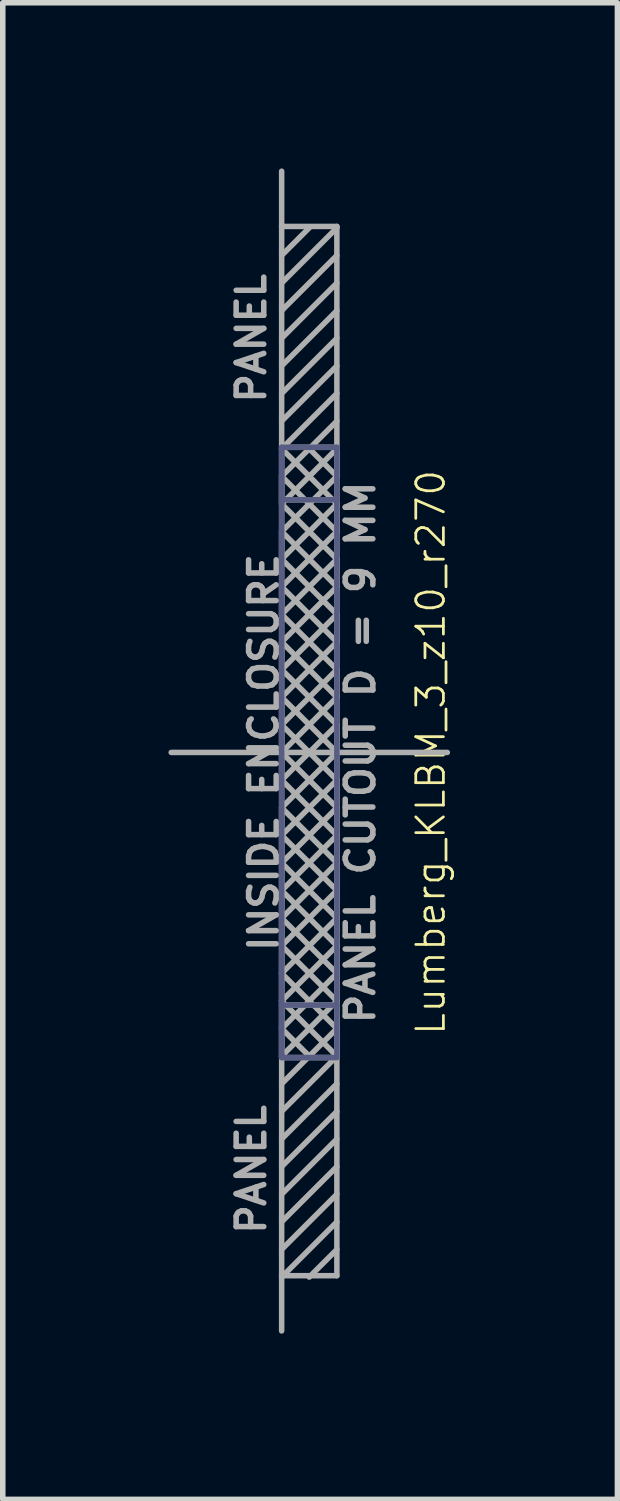
<source format=kicad_pcb>
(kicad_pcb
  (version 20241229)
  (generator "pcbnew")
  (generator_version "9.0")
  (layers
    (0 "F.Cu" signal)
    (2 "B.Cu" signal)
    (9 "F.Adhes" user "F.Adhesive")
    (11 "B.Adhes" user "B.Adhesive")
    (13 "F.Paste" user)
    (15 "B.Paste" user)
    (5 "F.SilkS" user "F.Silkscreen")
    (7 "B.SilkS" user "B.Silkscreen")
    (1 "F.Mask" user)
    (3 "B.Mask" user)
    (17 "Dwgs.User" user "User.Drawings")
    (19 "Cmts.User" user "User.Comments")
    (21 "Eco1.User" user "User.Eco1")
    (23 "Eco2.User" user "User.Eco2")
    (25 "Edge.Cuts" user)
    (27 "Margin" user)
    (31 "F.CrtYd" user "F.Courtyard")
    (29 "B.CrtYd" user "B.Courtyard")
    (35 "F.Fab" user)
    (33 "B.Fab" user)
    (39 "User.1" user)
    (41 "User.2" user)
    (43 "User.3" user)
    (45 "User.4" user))
  (footprint "Lumberg_KLBM_3_z10_r270"
    (layer "F.Cu")
    (at 2.05 10.575)
    (property "Reference" "Lumberg_KLBM_3_z10_r270" (at 2.7 0 90) (layer "F.SilkS") (effects (font (size 0.5 0.5) (thickness 0.05))))
    (attr through_hole)
    (fp_line (start 0 -5.525) (end 0 -5.5) (stroke (width 0.1) (type solid)) (layer "B.Fab"))
    (fp_line (start 0 -5.5) (end 0 -4.5) (stroke (width 0.1) (type solid)) (layer "B.Fab"))
    (fp_line (start 0 -4.575) (end 1 -4.575) (stroke (width 0.1) (type solid)) (layer "B.Fab"))
    (fp_line (start 0 4.5) (end 0 -5.5) (stroke (width 0.1) (type solid)) (layer "B.Fab"))
    (fp_line (start 0 4.575) (end 1 4.575) (stroke (width 0.1) (type solid)) (layer "B.Fab"))
    (fp_line (start 0 5.5) (end 0 4.5) (stroke (width 0.1) (type solid)) (layer "B.Fab"))
    (fp_line (start 0 5.525) (end 0 5.45) (stroke (width 0.1) (type solid)) (layer "B.Fab"))
    (fp_line (start 1 -5.525) (end 0 -5.525) (stroke (width 0.1) (type solid)) (layer "B.Fab"))
    (fp_line (start 1 -5.5) (end 1 -5.525) (stroke (width 0.1) (type solid)) (layer "B.Fab"))
    (fp_line (start 1 -5.5) (end 1 5.5) (stroke (width 0.1) (type solid)) (layer "B.Fab"))
    (fp_line (start 1 5.525) (end 0 5.525) (stroke (width 0.1) (type solid)) (layer "B.Fab"))
    (fp_line (start -2 0) (end 3 0) (stroke (width 0.1) (type solid)) (layer "F.Fab"))
    (fp_line (start 0 -9.525) (end 0 -10.525) (stroke (width 0.1) (type solid)) (layer "F.Fab"))
    (fp_line (start 0 -9.525) (end 1 -9.525) (stroke (width 0.1) (type solid)) (layer "F.Fab"))
    (fp_line (start 0 -9) (end 0.5 -9.5) (stroke (width 0.1) (type solid)) (layer "F.Fab"))
    (fp_line (start 0 -6.5) (end 1 -7.5) (stroke (width 0.1) (type solid)) (layer "F.Fab"))
    (fp_line (start 0 -5.525) (end 1 -5.525) (stroke (width 0.1) (type solid)) (layer "F.Fab"))
    (fp_line (start 0 -5.5) (end 1 -6.5) (stroke (width 0.1) (type solid)) (layer "F.Fab"))
    (fp_line (start 0 -5.5) (end 1 -4.5) (stroke (width 0.1) (type solid)) (layer "F.Fab"))
    (fp_line (start 0 -5) (end 0.5 -5.5) (stroke (width 0.1) (type solid)) (layer "F.Fab"))
    (fp_line (start 0 -5) (end 1 -4) (stroke (width 0.1) (type solid)) (layer "F.Fab"))
    (fp_line (start 0 -4.575) (end 1 -4.575) (stroke (width 0.1) (type solid)) (layer "F.Fab"))
    (fp_line (start 0 -4.5) (end 0 -5) (stroke (width 0.1) (type solid)) (layer "F.Fab"))
    (fp_line (start 0 -4.5) (end 1 -3.5) (stroke (width 0.1) (type solid)) (layer "F.Fab"))
    (fp_line (start 0 -4) (end 1 -5) (stroke (width 0.1) (type solid)) (layer "F.Fab"))
    (fp_line (start 0 -4) (end 1 -3) (stroke (width 0.1) (type solid)) (layer "F.Fab"))
    (fp_line (start 0 -3.5) (end 0 -4) (stroke (width 0.1) (type solid)) (layer "F.Fab"))
    (fp_line (start 0 -3.5) (end 1 -2.5) (stroke (width 0.1) (type solid)) (layer "F.Fab"))
    (fp_line (start 0 -3) (end 1 -4) (stroke (width 0.1) (type solid)) (layer "F.Fab"))
    (fp_line (start 0 -3) (end 1 -2) (stroke (width 0.1) (type solid)) (layer "F.Fab"))
    (fp_line (start 0 -2.5) (end 0 -3) (stroke (width 0.1) (type solid)) (layer "F.Fab"))
    (fp_line (start 0 -2) (end 1 -3) (stroke (width 0.1) (type solid)) (layer "F.Fab"))
    (fp_line (start 0 -2) (end 1 -1) (stroke (width 0.1) (type solid)) (layer "F.Fab"))
    (fp_line (start 0 -1.5) (end 0 -2) (stroke (width 0.1) (type solid)) (layer "F.Fab"))
    (fp_line (start 0 -1.5) (end 1 -0.5) (stroke (width 0.1) (type solid)) (layer "F.Fab"))
    (fp_line (start 0 -1) (end 1 -2) (stroke (width 0.1) (type solid)) (layer "F.Fab"))
    (fp_line (start 0 -0.5) (end 0 -1) (stroke (width 0.1) (type solid)) (layer "F.Fab"))
    (fp_line (start 0 -0.5) (end 0 0) (stroke (width 0.1) (type solid)) (layer "F.Fab"))
    (fp_line (start 0 0) (end 1 -1) (stroke (width 0.1) (type solid)) (layer "F.Fab"))
    (fp_line (start 0 0) (end 1 1) (stroke (width 0.1) (type solid)) (layer "F.Fab"))
    (fp_line (start 0 0.5) (end 0 0) (stroke (width 0.1) (type solid)) (layer "F.Fab"))
    (fp_line (start 0 1) (end 1 0) (stroke (width 0.1) (type solid)) (layer "F.Fab"))
    (fp_line (start 0 1) (end 1 2) (stroke (width 0.1) (type solid)) (layer "F.Fab"))
    (fp_line (start 0 1.5) (end 0 1) (stroke (width 0.1) (type solid)) (layer "F.Fab"))
    (fp_line (start 0 1.5) (end 0 2) (stroke (width 0.1) (type solid)) (layer "F.Fab"))
    (fp_line (start 0 2) (end 1 1) (stroke (width 0.1) (type solid)) (layer "F.Fab"))
    (fp_line (start 0 2) (end 1 3) (stroke (width 0.1) (type solid)) (layer "F.Fab"))
    (fp_line (start 0 2.5) (end 0 2) (stroke (width 0.1) (type solid)) (layer "F.Fab"))
    (fp_line (start 0 2.5) (end 0 3) (stroke (width 0.1) (type solid)) (layer "F.Fab"))
    (fp_line (start 0 3) (end 1 2) (stroke (width 0.1) (type solid)) (layer "F.Fab"))
    (fp_line (start 0 3) (end 1 4) (stroke (width 0.1) (type solid)) (layer "F.Fab"))
    (fp_line (start 0 3.5) (end 0 3) (stroke (width 0.1) (type solid)) (layer "F.Fab"))
    (fp_line (start 0 3.5) (end 0 4) (stroke (width 0.1) (type solid)) (layer "F.Fab"))
    (fp_line (start 0 4) (end 1 3) (stroke (width 0.1) (type solid)) (layer "F.Fab"))
    (fp_line (start 0 4) (end 1 5) (stroke (width 0.1) (type solid)) (layer "F.Fab"))
    (fp_line (start 0 4.5) (end 0 4) (stroke (width 0.1) (type solid)) (layer "F.Fab"))
    (fp_line (start 0 4.5) (end 0 5) (stroke (width 0.1) (type solid)) (layer "F.Fab"))
    (fp_line (start 0 4.575) (end 1 4.575) (stroke (width 0.1) (type solid)) (layer "F.Fab"))
    (fp_line (start 0 5) (end 0.5 5.5) (stroke (width 0.1) (type solid)) (layer "F.Fab"))
    (fp_line (start 0 5) (end 1 4) (stroke (width 0.1) (type solid)) (layer "F.Fab"))
    (fp_line (start 0 5.5) (end 0 5) (stroke (width 0.1) (type solid)) (layer "F.Fab"))
    (fp_line (start 0 5.525) (end 1 5.525) (stroke (width 0.1) (type solid)) (layer "F.Fab"))
    (fp_line (start 0 7) (end 1 6) (stroke (width 0.1) (type solid)) (layer "F.Fab"))
    (fp_line (start 0 8) (end 1 7) (stroke (width 0.1) (type solid)) (layer "F.Fab"))
    (fp_line (start 0 9) (end 1 8) (stroke (width 0.1) (type solid)) (layer "F.Fab"))
    (fp_line (start 0 9.475) (end 0 -9.525) (stroke (width 0.1) (type solid)) (layer "F.Fab"))
    (fp_line (start 0 9.475) (end 0 10.475) (stroke (width 0.1) (type solid)) (layer "F.Fab"))
    (fp_line (start 0.5 -5.5) (end 1 -5) (stroke (width 0.1) (type solid)) (layer "F.Fab"))
    (fp_line (start 0.5 5.5) (end 0 6) (stroke (width 0.1) (type solid)) (layer "F.Fab"))
    (fp_line (start 0.5 5.5) (end 1 5) (stroke (width 0.1) (type solid)) (layer "F.Fab"))
    (fp_line (start 0.5 9.5) (end 1 9) (stroke (width 0.1) (type solid)) (layer "F.Fab"))
    (fp_line (start 1 -9.525) (end 1 9.475) (stroke (width 0.1) (type solid)) (layer "F.Fab"))
    (fp_line (start 1 -9.5) (end 0 -8.5) (stroke (width 0.1) (type solid)) (layer "F.Fab"))
    (fp_line (start 1 -9) (end 0 -8) (stroke (width 0.1) (type solid)) (layer "F.Fab"))
    (fp_line (start 1 -8.5) (end 0 -7.5) (stroke (width 0.1) (type solid)) (layer "F.Fab"))
    (fp_line (start 1 -8) (end 0 -7) (stroke (width 0.1) (type solid)) (layer "F.Fab"))
    (fp_line (start 1 -7) (end 0 -6) (stroke (width 0.1) (type solid)) (layer "F.Fab"))
    (fp_line (start 1 -6) (end 0.5 -5.5) (stroke (width 0.1) (type solid)) (layer "F.Fab"))
    (fp_line (start 1 -5.5) (end 0 -4.5) (stroke (width 0.1) (type solid)) (layer "F.Fab"))
    (fp_line (start 1 -5) (end 1 -5.5) (stroke (width 0.1) (type solid)) (layer "F.Fab"))
    (fp_line (start 1 -4.5) (end 0 -3.5) (stroke (width 0.1) (type solid)) (layer "F.Fab"))
    (fp_line (start 1 -4) (end 1 -4.5) (stroke (width 0.1) (type solid)) (layer "F.Fab"))
    (fp_line (start 1 -3.5) (end 0 -2.5) (stroke (width 0.1) (type solid)) (layer "F.Fab"))
    (fp_line (start 1 -3) (end 1 -3.5) (stroke (width 0.1) (type solid)) (layer "F.Fab"))
    (fp_line (start 1 -2.5) (end 0 -1.5) (stroke (width 0.1) (type solid)) (layer "F.Fab"))
    (fp_line (start 1 -2) (end 1 -2.5) (stroke (width 0.1) (type solid)) (layer "F.Fab"))
    (fp_line (start 1 -1.5) (end 0 -2.5) (stroke (width 0.1) (type solid)) (layer "F.Fab"))
    (fp_line (start 1 -1.5) (end 0 -0.5) (stroke (width 0.1) (type solid)) (layer "F.Fab"))
    (fp_line (start 1 -1) (end 1 -1.5) (stroke (width 0.1) (type solid)) (layer "F.Fab"))
    (fp_line (start 1 -0.5) (end 0 0.5) (stroke (width 0.1) (type solid)) (layer "F.Fab"))
    (fp_line (start 1 -0.5) (end 1 0) (stroke (width 0.1) (type solid)) (layer "F.Fab"))
    (fp_line (start 1 0) (end 0 -1) (stroke (width 0.1) (type solid)) (layer "F.Fab"))
    (fp_line (start 1 0) (end 1 -0.5) (stroke (width 0.1) (type solid)) (layer "F.Fab"))
    (fp_line (start 1 0.5) (end 0 -0.5) (stroke (width 0.1) (type solid)) (layer "F.Fab"))
    (fp_line (start 1 0.5) (end 0 1.5) (stroke (width 0.1) (type solid)) (layer "F.Fab"))
    (fp_line (start 1 1) (end 1 0.5) (stroke (width 0.1) (type solid)) (layer "F.Fab"))
    (fp_line (start 1 1) (end 1 1.5) (stroke (width 0.1) (type solid)) (layer "F.Fab"))
    (fp_line (start 1 1.5) (end 0 0.5) (stroke (width 0.1) (type solid)) (layer "F.Fab"))
    (fp_line (start 1 1.5) (end 0 2.5) (stroke (width 0.1) (type solid)) (layer "F.Fab"))
    (fp_line (start 1 2) (end 1 1.5) (stroke (width 0.1) (type solid)) (layer "F.Fab"))
    (fp_line (start 1 2) (end 1 2.5) (stroke (width 0.1) (type solid)) (layer "F.Fab"))
    (fp_line (start 1 2.5) (end 0 1.5) (stroke (width 0.1) (type solid)) (layer "F.Fab"))
    (fp_line (start 1 2.5) (end 0 3.5) (stroke (width 0.1) (type solid)) (layer "F.Fab"))
    (fp_line (start 1 3) (end 1 2.5) (stroke (width 0.1) (type solid)) (layer "F.Fab"))
    (fp_line (start 1 3) (end 1 3.5) (stroke (width 0.1) (type solid)) (layer "F.Fab"))
    (fp_line (start 1 3.5) (end 0 2.5) (stroke (width 0.1) (type solid)) (layer "F.Fab"))
    (fp_line (start 1 3.5) (end 0 4.5) (stroke (width 0.1) (type solid)) (layer "F.Fab"))
    (fp_line (start 1 4) (end 1 3.5) (stroke (width 0.1) (type solid)) (layer "F.Fab"))
    (fp_line (start 1 4) (end 1 4.5) (stroke (width 0.1) (type solid)) (layer "F.Fab"))
    (fp_line (start 1 4.5) (end 0 3.5) (stroke (width 0.1) (type solid)) (layer "F.Fab"))
    (fp_line (start 1 4.5) (end 0 5.5) (stroke (width 0.1) (type solid)) (layer "F.Fab"))
    (fp_line (start 1 5) (end 1 4.5) (stroke (width 0.1) (type solid)) (layer "F.Fab"))
    (fp_line (start 1 5) (end 1 5.5) (stroke (width 0.1) (type solid)) (layer "F.Fab"))
    (fp_line (start 1 5.5) (end 0 4.5) (stroke (width 0.1) (type solid)) (layer "F.Fab"))
    (fp_line (start 1 5.5) (end 0 6.5) (stroke (width 0.1) (type solid)) (layer "F.Fab"))
    (fp_line (start 1 6.5) (end 0 7.5) (stroke (width 0.1) (type solid)) (layer "F.Fab"))
    (fp_line (start 1 7.5) (end 0 8.5) (stroke (width 0.1) (type solid)) (layer "F.Fab"))
    (fp_line (start 1 8.5) (end 0 9.5) (stroke (width 0.1) (type solid)) (layer "F.Fab"))
    (fp_line (start 1 9.475) (end 0 9.475) (stroke (width 0.1) (type solid)) (layer "F.Fab"))
    (fp_text user "INSIDE ENCLOSURE" (at -0.325 0 90) (layer "F.Fab") (effects (font (size 0.5 0.5) (thickness 0.1))))
    (fp_text user "PANEL CUTOUT D = 9 MM" (at 1.425 0 90) (layer "F.Fab") (effects (font (size 0.5 0.5) (thickness 0.1))))
    (fp_text user "PANEL" (at -0.55 7.55 90) (layer "F.Fab") (effects (font (size 0.5 0.5) (thickness 0.1))))
    (fp_text user "PANEL" (at -0.55 -7.5 90) (layer "F.Fab") (effects (font (size 0.5 0.5) (thickness 0.1)))))
  (gr_rect
    (start -3 -3)
    (end 8.13 24.1)
    (stroke (width 0.1) (type default))
    (fill no)
    (layer "Edge.Cuts")))
</source>
